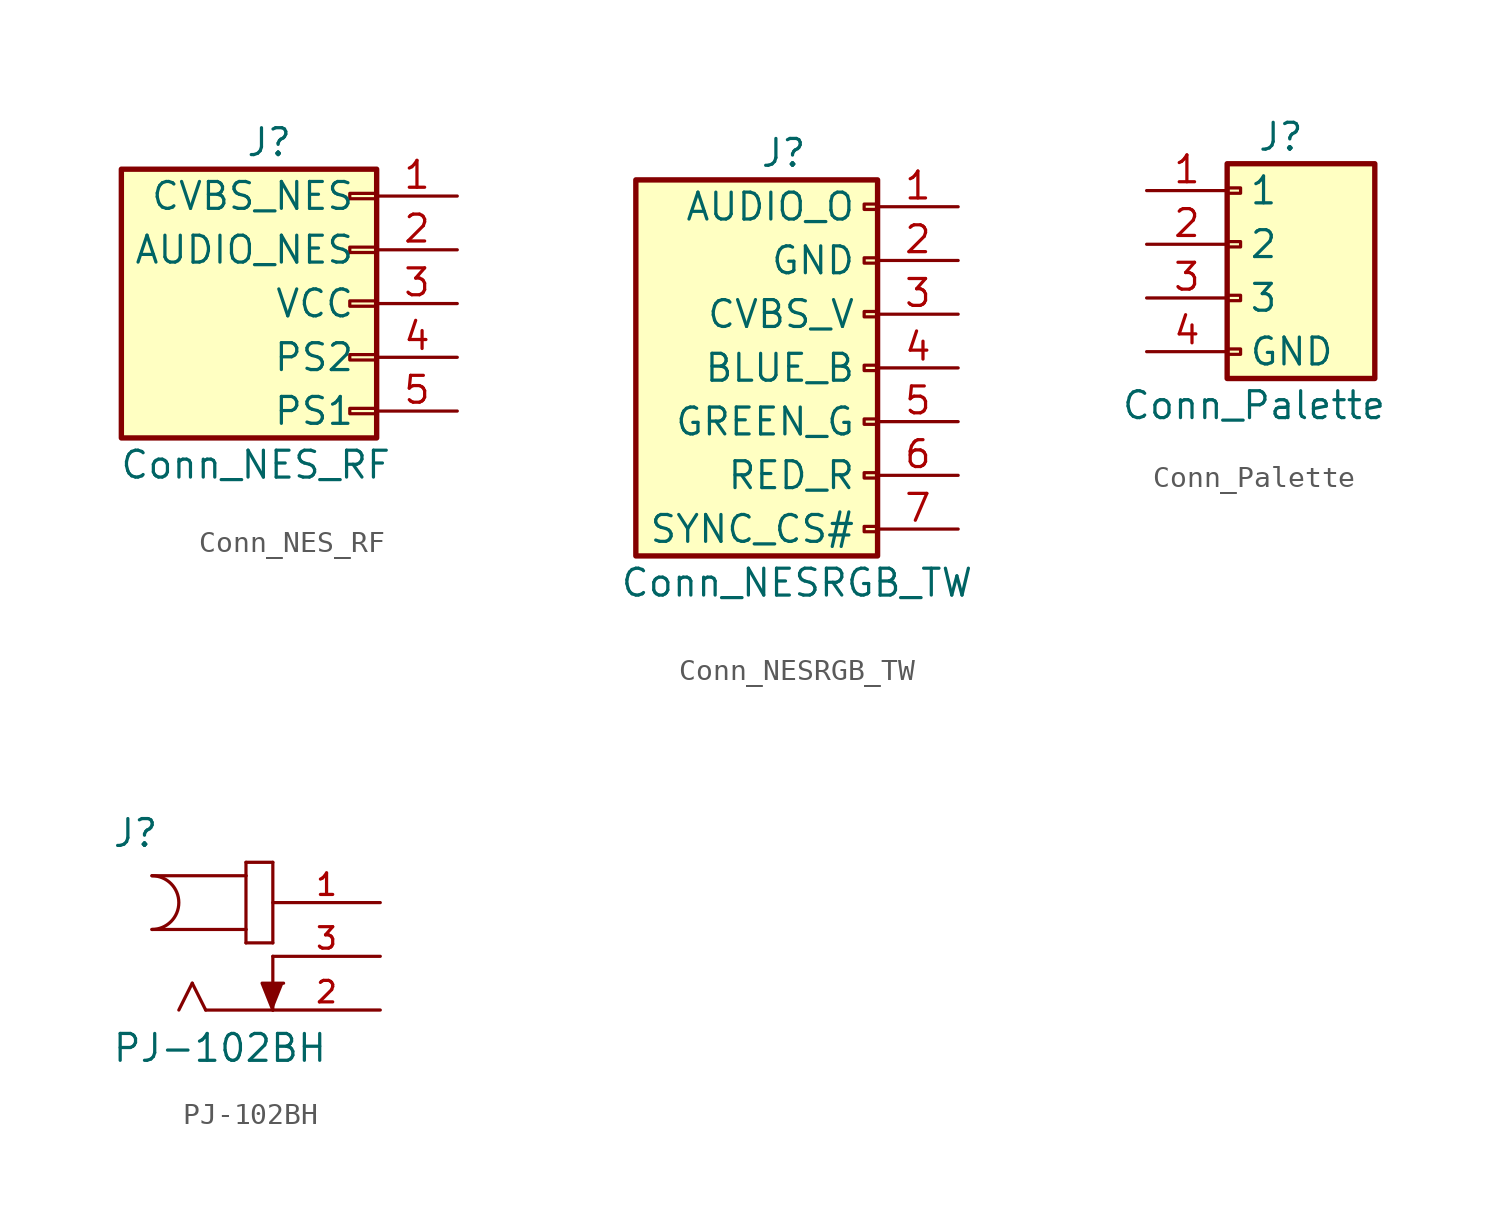
<source format=kicad_sym>
(kicad_symbol_lib
  (version 20220914)
  (generator kicad_symbol_editor)
  (symbol "Conn_NES_RF"
    (pin_names
      (offset 1.016))
    (property "Reference" "J"
      (at 0 6.35 0)
      (effects (font (size 1.27 1.27))))
    (property "Value" "Conn_NES_RF"
      (at -0.635 -8.89 0)
      (effects (font (size 1.27 1.27))))
    (symbol "Conn_NES_RF_0_0"
      (pin passive line (at 8.89 3.81 180) (length 3.81) (name "CVBS_NES" (effects (font (size 1.27 1.27)))) (number "1" (effects (font (size 1.27 1.27))))))
    (symbol "Conn_NES_RF_1_1"
      (rectangle (start 5.08 -6.223) (end 3.81 -6.477) (stroke (width 0.152) (type solid)) (fill (type none)))
      (rectangle (start 5.08 -3.683) (end 3.81 -3.937) (stroke (width 0.152) (type solid)) (fill (type none)))
      (rectangle (start 5.08 -1.143) (end 3.81 -1.397) (stroke (width 0.152) (type solid)) (fill (type none)))
      (rectangle (start 5.08 1.397) (end 3.81 1.143) (stroke (width 0.152) (type solid)) (fill (type none)))
      (rectangle (start 5.08 3.937) (end 3.81 3.683) (stroke (width 0.152) (type solid)) (fill (type none)))
      (rectangle (start 5.08 5.08) (end -6.985 -7.62) (stroke (width 0.254) (type solid)) (fill (type background)))
      (pin passive line (at 8.89 1.27 180) (length 3.81) (name "AUDIO_NES" (effects (font (size 1.27 1.27)))) (number "2" (effects (font (size 1.27 1.27)))))
      (pin passive line (at 8.89 -1.27 180) (length 3.81) (name "VCC" (effects (font (size 1.27 1.27)))) (number "3" (effects (font (size 1.27 1.27)))))
      (pin passive line (at 8.89 -3.81 180) (length 3.81) (name "PS2" (effects (font (size 1.27 1.27)))) (number "4" (effects (font (size 1.27 1.27)))))
      (pin passive line (at 8.89 -6.35 180) (length 3.81) (name "PS1" (effects (font (size 1.27 1.27)))) (number "5" (effects (font (size 1.27 1.27)))))))
  (symbol "Conn_NESRGB_TW"
    (pin_names
      (offset 1.016))
    (property "Reference" "J"
      (at 0.635 10.16 0)
      (effects (font (size 1.27 1.27))))
    (property "Value" "Conn_NESRGB_TW"
      (at 1.27 -10.16 0)
      (effects (font (size 1.27 1.27))))
    (symbol "Conn_NESRGB_TW_1_1"
      (rectangle (start 5.08 -7.493) (end 4.445 -7.747) (stroke (width 0.152) (type solid)) (fill (type none)))
      (rectangle (start 5.08 -4.953) (end 4.445 -5.207) (stroke (width 0.152) (type solid)) (fill (type none)))
      (rectangle (start 5.08 -2.413) (end 4.445 -2.667) (stroke (width 0.152) (type solid)) (fill (type none)))
      (rectangle (start 5.08 0.127) (end 4.445 -0.127) (stroke (width 0.152) (type solid)) (fill (type none)))
      (rectangle (start 5.08 2.667) (end 4.445 2.413) (stroke (width 0.152) (type solid)) (fill (type none)))
      (rectangle (start 5.08 5.207) (end 4.445 4.953) (stroke (width 0.152) (type solid)) (fill (type none)))
      (rectangle (start 5.08 7.747) (end 4.445 7.493) (stroke (width 0.152) (type solid)) (fill (type none)))
      (rectangle (start 5.08 8.89) (end -6.35 -8.89) (stroke (width 0.254) (type solid)) (fill (type background)))
      (pin passive line (at 8.89 7.62 180) (length 3.81) (name "AUDIO_O" (effects (font (size 1.27 1.27)))) (number "1" (effects (font (size 1.27 1.27)))))
      (pin passive line (at 8.89 5.08 180) (length 3.81) (name "GND" (effects (font (size 1.27 1.27)))) (number "2" (effects (font (size 1.27 1.27)))))
      (pin passive line (at 8.89 2.54 180) (length 3.81) (name "CVBS_V" (effects (font (size 1.27 1.27)))) (number "3" (effects (font (size 1.27 1.27)))))
      (pin passive line (at 8.89 0 180) (length 3.81) (name "BLUE_B" (effects (font (size 1.27 1.27)))) (number "4" (effects (font (size 1.27 1.27)))))
      (pin passive line (at 8.89 -2.54 180) (length 3.81) (name "GREEN_G" (effects (font (size 1.27 1.27)))) (number "5" (effects (font (size 1.27 1.27)))))
      (pin passive line (at 8.89 -5.08 180) (length 3.81) (name "RED_R" (effects (font (size 1.27 1.27)))) (number "6" (effects (font (size 1.27 1.27)))))
      (pin passive line (at 8.89 -7.62 180) (length 3.81) (name "SYNC_CS#" (effects (font (size 1.27 1.27)))) (number "7" (effects (font (size 1.27 1.27)))))))
  (symbol "Conn_Palette"
    (pin_names
      (offset 1.016))
    (property "Reference" "J"
      (at 1.27 5.08 0)
      (effects (font (size 1.27 1.27))))
    (property "Value" "Conn_Palette"
      (at 0 -7.62 0)
      (effects (font (size 1.27 1.27))))
    (symbol "Conn_Palette_1_1"
      (rectangle (start -1.27 -4.953) (end -0.635 -5.207) (stroke (width 0.152) (type solid)) (fill (type none)))
      (rectangle (start -1.27 -2.413) (end -0.635 -2.667) (stroke (width 0.152) (type solid)) (fill (type none)))
      (rectangle (start -1.27 0.127) (end -0.635 -0.127) (stroke (width 0.152) (type solid)) (fill (type none)))
      (rectangle (start -1.27 2.667) (end -0.635 2.413) (stroke (width 0.152) (type solid)) (fill (type none)))
      (rectangle (start -1.27 3.81) (end 5.715 -6.35) (stroke (width 0.254) (type solid)) (fill (type background)))
      (pin passive line (at -5.08 2.54 0) (length 3.81) (name "1" (effects (font (size 1.27 1.27)))) (number "1" (effects (font (size 1.27 1.27)))))
      (pin passive line (at -5.08 0 0) (length 3.81) (name "2" (effects (font (size 1.27 1.27)))) (number "2" (effects (font (size 1.27 1.27)))))
      (pin passive line (at -5.08 -2.54 0) (length 3.81) (name "3" (effects (font (size 1.27 1.27)))) (number "3" (effects (font (size 1.27 1.27)))))
      (pin passive line (at -5.08 -5.08 0) (length 3.81) (name "GND" (effects (font (size 1.27 1.27)))) (number "4" (effects (font (size 1.27 1.27)))))))
  (symbol "PJ-102BH"
    (pin_names
      (offset 1.016) hide)
    (property "Reference" "J"
      (at -7.62 5.08 0)
      (effects (font (size 1.27 1.27)) (justify left bottom)))
    (property "Value" "PJ-102BH"
      (at -7.62 -5.08 0)
      (effects (font (size 1.27 1.27)) (justify left bottom)))
    (symbol "PJ-102BH_0_0"
      (arc (start -5.715 1.27) (mid -4.4505 2.54) (end -5.715 3.81) (stroke (width 0.1524) (type solid)) (fill (type none)))
      (polyline (pts (xy -5.715 3.81) (xy -1.27 3.81)) (stroke (width 0.152) (type solid)) (fill (type none)))
      (polyline (pts (xy -3.81 -1.27) (xy -4.445 -2.54)) (stroke (width 0.152) (type solid)) (fill (type none)))
      (polyline (pts (xy -3.175 -2.54) (xy -3.81 -1.27)) (stroke (width 0.152) (type solid)) (fill (type none)))
      (polyline (pts (xy -1.27 0.635) (xy 0 0.635)) (stroke (width 0.152) (type solid)) (fill (type none)))
      (polyline (pts (xy -1.27 1.27) (xy -5.715 1.27)) (stroke (width 0.152) (type solid)) (fill (type none)))
      (polyline (pts (xy -1.27 1.27) (xy -1.27 0.635)) (stroke (width 0.152) (type solid)) (fill (type none)))
      (polyline (pts (xy -1.27 3.81) (xy -1.27 1.27)) (stroke (width 0.152) (type solid)) (fill (type none)))
      (polyline (pts (xy -1.27 4.445) (xy -1.27 3.81)) (stroke (width 0.152) (type solid)) (fill (type none)))
      (polyline (pts (xy 0 -2.54) (xy -3.175 -2.54)) (stroke (width 0.152) (type solid)) (fill (type none)))
      (polyline (pts (xy 0 0) (xy 0 -2.54)) (stroke (width 0.152) (type solid)) (fill (type none)))
      (polyline (pts (xy 0 0.635) (xy 0 4.445)) (stroke (width 0.152) (type solid)) (fill (type none)))
      (polyline (pts (xy 0 4.445) (xy -1.27 4.445)) (stroke (width 0.152) (type solid)) (fill (type none)))
      (polyline (pts (xy 0 -2.54) (xy -0.508 -1.27) (xy 0.508 -1.27)) (stroke (width 0.152) (type solid)) (fill (type outline)))
      (pin passive line (at 5.08 2.54 180) (length 5.08) (name "1" (effects (font (size 1.016 1.016)))) (number "1" (effects (font (size 1.016 1.016)))))
      (pin passive line (at 5.08 -2.54 180) (length 5.08) (name "2" (effects (font (size 1.016 1.016)))) (number "2" (effects (font (size 1.016 1.016)))))
      (pin passive line (at 5.08 0 180) (length 5.08) (name "3" (effects (font (size 1.016 1.016)))) (number "3" (effects (font (size 1.016 1.016))))))))
</source>
